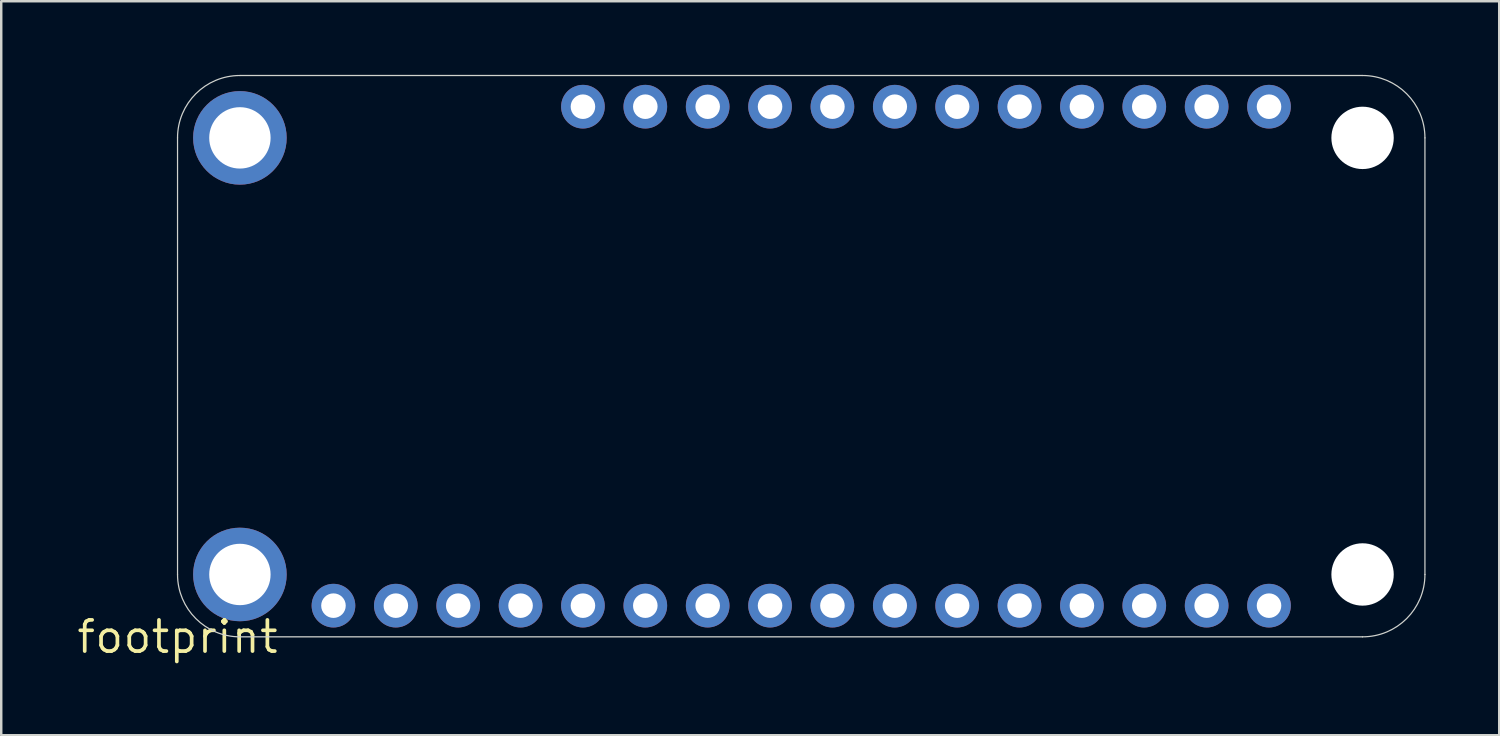
<source format=kicad_pcb>
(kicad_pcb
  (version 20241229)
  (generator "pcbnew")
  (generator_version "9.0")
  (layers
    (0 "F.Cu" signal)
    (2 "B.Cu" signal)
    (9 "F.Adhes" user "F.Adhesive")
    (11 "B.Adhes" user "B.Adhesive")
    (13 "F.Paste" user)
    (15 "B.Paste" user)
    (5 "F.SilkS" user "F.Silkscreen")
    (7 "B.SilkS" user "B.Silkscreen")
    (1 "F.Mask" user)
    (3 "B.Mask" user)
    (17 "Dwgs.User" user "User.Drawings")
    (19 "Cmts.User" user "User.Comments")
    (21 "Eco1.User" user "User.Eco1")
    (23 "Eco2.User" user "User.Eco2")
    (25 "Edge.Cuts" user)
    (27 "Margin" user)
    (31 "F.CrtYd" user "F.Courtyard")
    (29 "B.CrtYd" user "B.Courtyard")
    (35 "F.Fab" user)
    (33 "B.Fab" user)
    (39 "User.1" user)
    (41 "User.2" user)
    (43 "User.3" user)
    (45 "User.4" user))
  (footprint "footprint"
    (layer "F.Cu")
    (at 4.18 22.885)
    (property "Reference" "footprint" (at 0 0 0) (layer "F.SilkS") (effects (font (size 1.27 1.27) (thickness 0.15))))
    (fp_line (start 0 -20.32) (end 0 -2.54) (stroke (width 0.05) (type solid)) (layer "Edge.Cuts"))
    (fp_line (start 2.54 0) (end 48.26 0) (stroke (width 0.05) (type solid)) (layer "Edge.Cuts"))
    (fp_line (start 48.26 -22.86) (end 2.54 -22.86) (stroke (width 0.05) (type solid)) (layer "Edge.Cuts"))
    (fp_line (start 50.8 -2.54) (end 50.8 -20.32) (stroke (width 0.05) (type solid)) (layer "Edge.Cuts"))
    (fp_arc (start 0 -20.32) (mid 0.743949 -22.116051) (end 2.54 -22.86) (stroke (width 0.05) (type solid)) (layer "Edge.Cuts"))
    (fp_arc (start 2.54 0) (mid 0.743949 -0.743949) (end 0 -2.54) (stroke (width 0.05) (type solid)) (layer "Edge.Cuts"))
    (fp_arc (start 48.26 -22.86) (mid 50.056051 -22.116051) (end 50.8 -20.32) (stroke (width 0.05) (type solid)) (layer "Edge.Cuts"))
    (fp_arc (start 50.8 -2.54) (mid 50.056051 -0.743949) (end 48.26 0) (stroke (width 0.05) (type solid)) (layer "Edge.Cuts"))
    (pad "" np_thru_hole circle (at 48.26 -20.32) (size 2.54 2.54) (drill 2.54) (layers "*.Cu" "*.Mask"))
    (pad "" np_thru_hole circle (at 48.26 -2.54) (size 2.54 2.54) (drill 2.54) (layers "*.Cu" "*.Mask"))
    (pad "1" thru_hole circle (at 6.35 -1.27) (size 1.778 1.778) (drill 1) (layers "*.Cu" "*.Mask"))
    (pad "2" thru_hole circle (at 8.89 -1.27) (size 1.778 1.778) (drill 1) (layers "*.Cu" "*.Mask"))
    (pad "3" thru_hole circle (at 11.43 -1.27) (size 1.778 1.778) (drill 1) (layers "*.Cu" "*.Mask"))
    (pad "4" thru_hole circle (at 13.97 -1.27) (size 1.778 1.778) (drill 1) (layers "*.Cu" "*.Mask"))
    (pad "5" thru_hole circle (at 16.51 -1.27) (size 1.778 1.778) (drill 1) (layers "*.Cu" "*.Mask"))
    (pad "6" thru_hole circle (at 19.05 -1.27) (size 1.778 1.778) (drill 1) (layers "*.Cu" "*.Mask"))
    (pad "7" thru_hole circle (at 21.59 -1.27) (size 1.778 1.778) (drill 1) (layers "*.Cu" "*.Mask"))
    (pad "8" thru_hole circle (at 24.13 -1.27) (size 1.778 1.778) (drill 1) (layers "*.Cu" "*.Mask"))
    (pad "9" thru_hole circle (at 26.67 -1.27) (size 1.778 1.778) (drill 1) (layers "*.Cu" "*.Mask"))
    (pad "10" thru_hole circle (at 29.21 -1.27) (size 1.778 1.778) (drill 1) (layers "*.Cu" "*.Mask"))
    (pad "11" thru_hole circle (at 31.75 -1.27) (size 1.778 1.778) (drill 1) (layers "*.Cu" "*.Mask"))
    (pad "12" thru_hole circle (at 34.29 -1.27) (size 1.778 1.778) (drill 1) (layers "*.Cu" "*.Mask"))
    (pad "13" thru_hole circle (at 36.83 -1.27) (size 1.778 1.778) (drill 1) (layers "*.Cu" "*.Mask"))
    (pad "14" thru_hole circle (at 39.37 -1.27) (size 1.778 1.778) (drill 1) (layers "*.Cu" "*.Mask"))
    (pad "15" thru_hole circle (at 41.91 -1.27) (size 1.778 1.778) (drill 1) (layers "*.Cu" "*.Mask"))
    (pad "16" thru_hole circle (at 44.45 -1.27) (size 1.778 1.778) (drill 1) (layers "*.Cu" "*.Mask"))
    (pad "17" thru_hole circle (at 44.45 -21.59) (size 1.778 1.778) (drill 1) (layers "*.Cu" "*.Mask"))
    (pad "18" thru_hole circle (at 41.91 -21.59) (size 1.778 1.778) (drill 1) (layers "*.Cu" "*.Mask"))
    (pad "19" thru_hole circle (at 39.37 -21.59) (size 1.778 1.778) (drill 1) (layers "*.Cu" "*.Mask"))
    (pad "20" thru_hole circle (at 36.83 -21.59) (size 1.778 1.778) (drill 1) (layers "*.Cu" "*.Mask"))
    (pad "21" thru_hole circle (at 34.29 -21.59) (size 1.778 1.778) (drill 1) (layers "*.Cu" "*.Mask"))
    (pad "22" thru_hole circle (at 31.75 -21.59) (size 1.778 1.778) (drill 1) (layers "*.Cu" "*.Mask"))
    (pad "23" thru_hole circle (at 29.21 -21.59) (size 1.778 1.778) (drill 1) (layers "*.Cu" "*.Mask"))
    (pad "24" thru_hole circle (at 26.67 -21.59) (size 1.778 1.778) (drill 1) (layers "*.Cu" "*.Mask"))
    (pad "25" thru_hole circle (at 24.13 -21.59) (size 1.778 1.778) (drill 1) (layers "*.Cu" "*.Mask"))
    (pad "26" thru_hole circle (at 21.59 -21.59) (size 1.778 1.778) (drill 1) (layers "*.Cu" "*.Mask"))
    (pad "27" thru_hole circle (at 19.05 -21.59) (size 1.778 1.778) (drill 1) (layers "*.Cu" "*.Mask"))
    (pad "28" thru_hole circle (at 16.51 -21.59) (size 1.778 1.778) (drill 1) (layers "*.Cu" "*.Mask"))
    (pad "P$1" thru_hole circle (at 2.54 -20.32) (size 3.81 3.81) (drill 2.5) (layers "*.Cu" "*.Mask"))
    (pad "P$2" thru_hole circle (at 2.54 -2.54) (size 3.81 3.81) (drill 2.5) (layers "*.Cu" "*.Mask")))
  (gr_rect
    (start -3 -3)
    (end 58.005 26.891)
    (stroke (width 0.1) (type default))
    (fill no)
    (layer "Edge.Cuts")))
</source>
